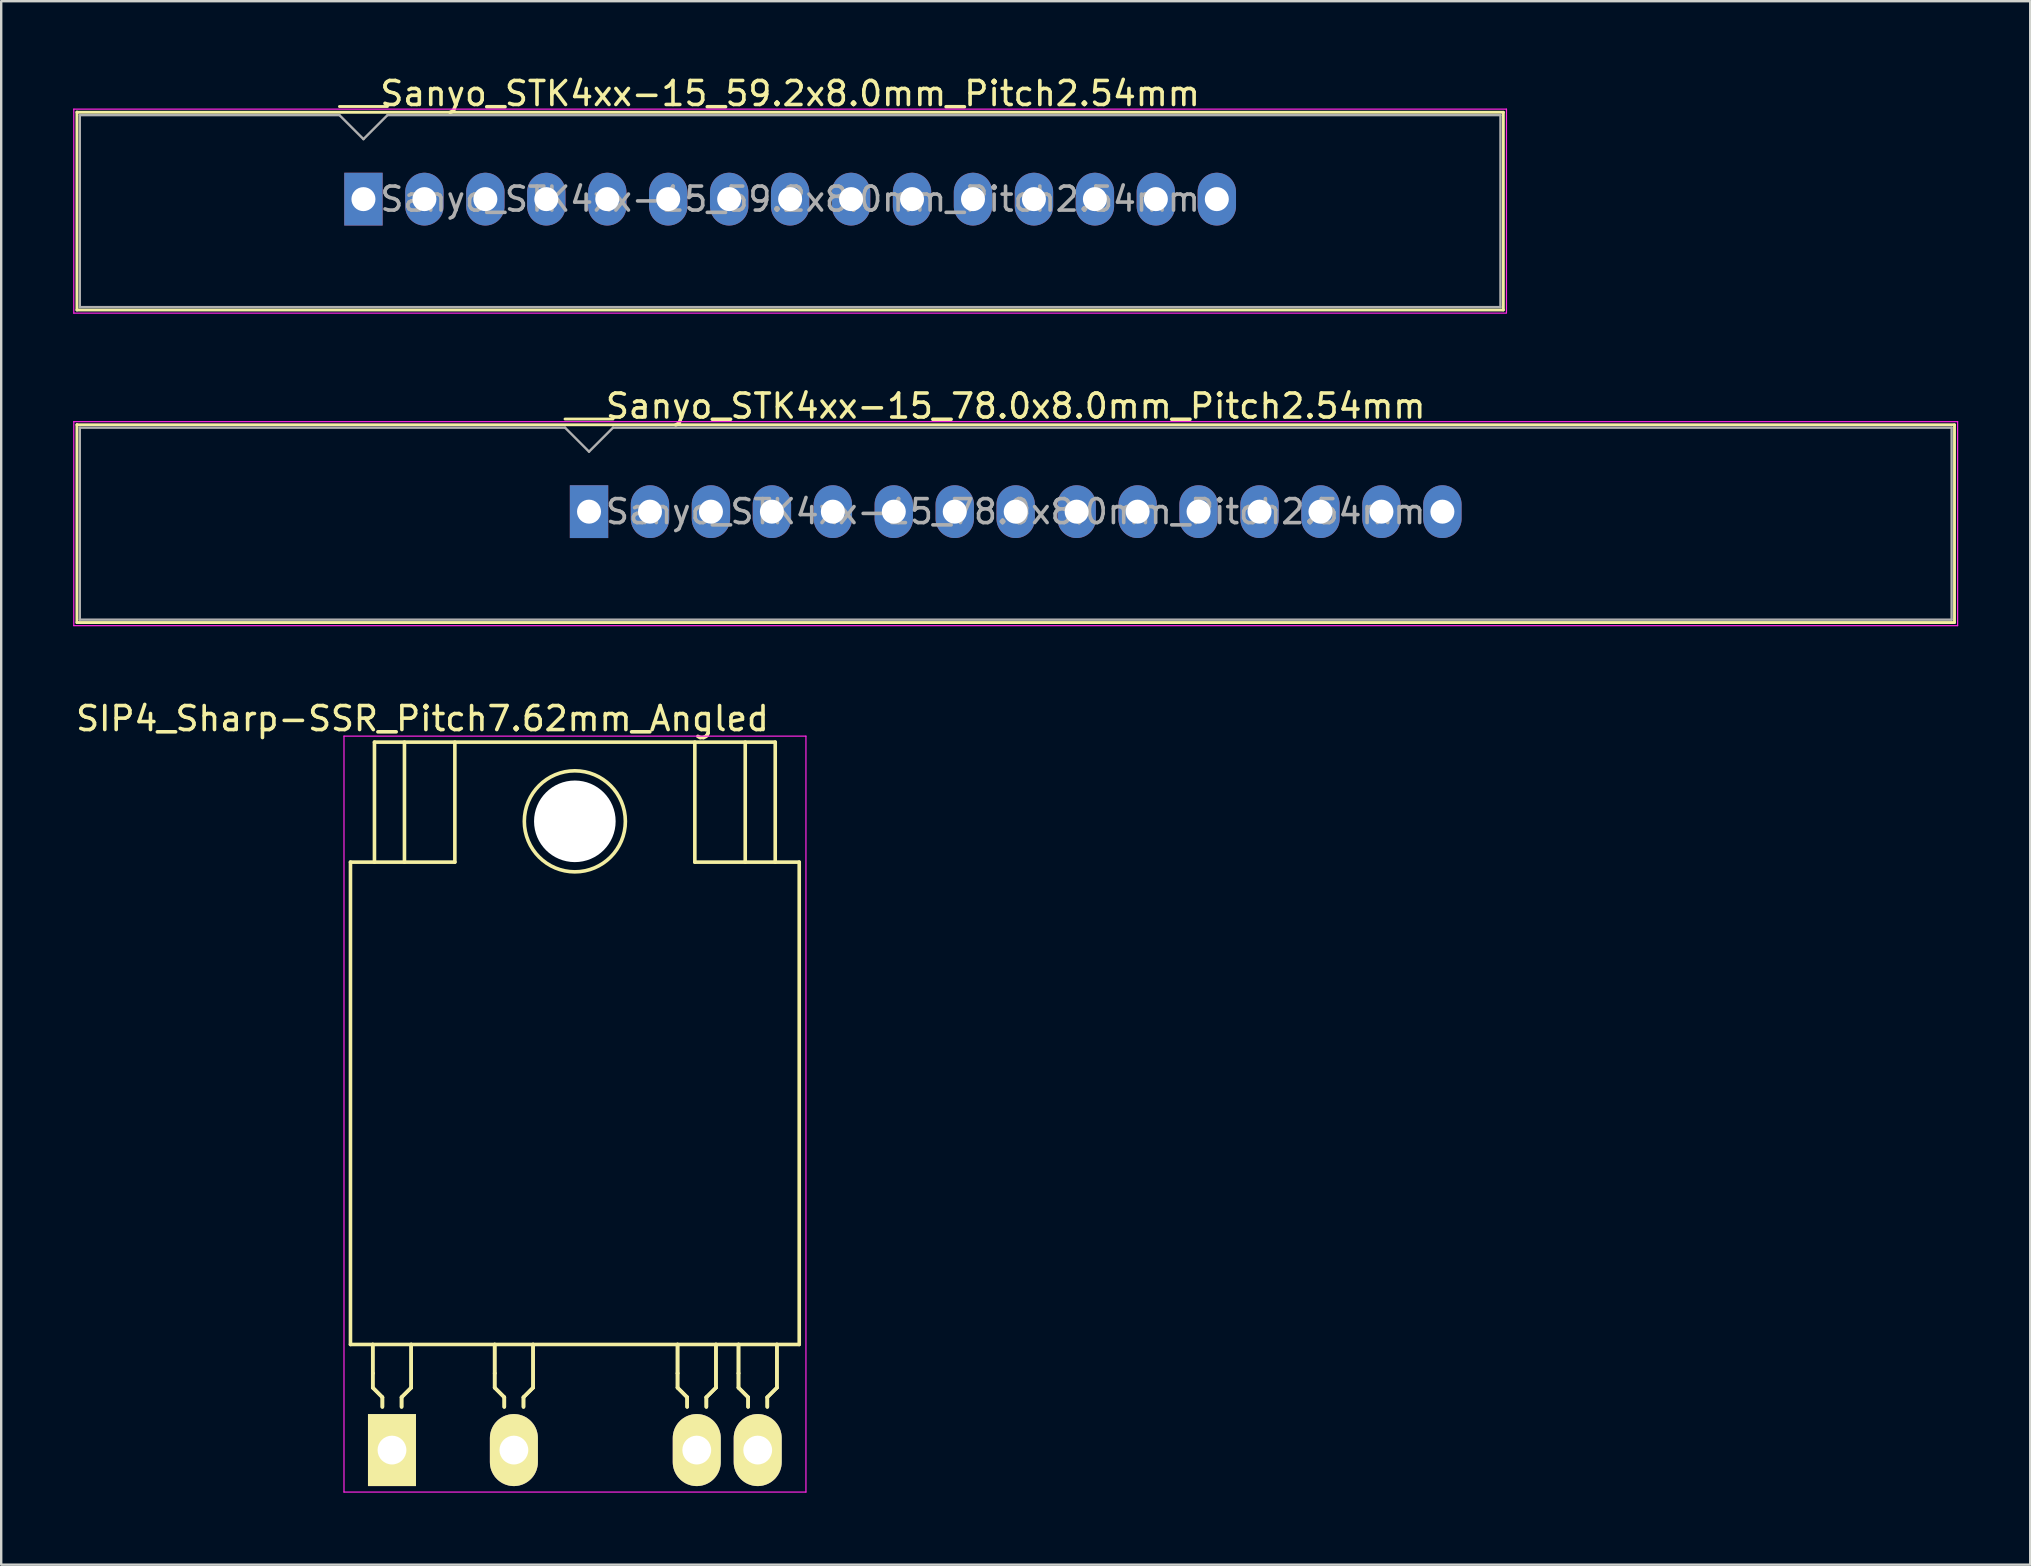
<source format=kicad_pcb>
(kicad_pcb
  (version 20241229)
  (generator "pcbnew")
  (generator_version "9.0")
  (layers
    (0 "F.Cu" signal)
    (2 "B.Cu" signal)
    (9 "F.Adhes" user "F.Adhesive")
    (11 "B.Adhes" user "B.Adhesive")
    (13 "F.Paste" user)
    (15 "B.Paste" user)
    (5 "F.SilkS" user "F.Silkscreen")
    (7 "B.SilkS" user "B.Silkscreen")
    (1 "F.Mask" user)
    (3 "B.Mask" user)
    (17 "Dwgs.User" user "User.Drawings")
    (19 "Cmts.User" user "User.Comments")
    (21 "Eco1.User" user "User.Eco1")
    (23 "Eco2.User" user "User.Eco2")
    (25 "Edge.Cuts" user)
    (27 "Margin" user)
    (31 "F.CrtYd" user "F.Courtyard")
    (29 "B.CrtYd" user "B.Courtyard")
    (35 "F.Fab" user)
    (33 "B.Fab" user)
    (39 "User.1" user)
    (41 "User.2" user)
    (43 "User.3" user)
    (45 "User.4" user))
  (footprint "Sanyo_STK4xx-15_59.2x8.0mm_Pitch2.54mm"
    (layer "F.Cu")
    (at 12.095 5.248)
    (property "Reference" "Sanyo_STK4xx-15_59.2x8.0mm_Pitch2.54mm" (at 17.78 -4.4 0) (layer "F.SilkS") (effects (font (size 1 1) (thickness 0.15))))
    (attr through_hole)
    (fp_line (start -11.94 -3.62) (end 47.5 -3.62) (stroke (width 0.12) (type solid)) (layer "F.SilkS"))
    (fp_line (start -11.94 4.62) (end -11.94 -3.63) (stroke (width 0.12) (type solid)) (layer "F.SilkS"))
    (fp_line (start 1 -3.86) (end -1 -3.86) (stroke (width 0.12) (type solid)) (layer "F.SilkS"))
    (fp_line (start 47.5 -3.62) (end 47.5 4.62) (stroke (width 0.12) (type solid)) (layer "F.SilkS"))
    (fp_line (start 47.5 4.62) (end -11.94 4.62) (stroke (width 0.12) (type solid)) (layer "F.SilkS"))
    (fp_line (start -12.07 -3.75) (end 47.63 -3.75) (stroke (width 0.05) (type solid)) (layer "F.CrtYd"))
    (fp_line (start -12.07 4.75) (end -12.07 -3.75) (stroke (width 0.05) (type solid)) (layer "F.CrtYd"))
    (fp_line (start 47.6 4.75) (end -12.07 4.75) (stroke (width 0.05) (type solid)) (layer "F.CrtYd"))
    (fp_line (start 47.63 -3.75) (end 47.63 4.75) (stroke (width 0.05) (type solid)) (layer "F.CrtYd"))
    (fp_line (start -11.82 -3.5) (end -1 -3.5) (stroke (width 0.1) (type solid)) (layer "F.Fab"))
    (fp_line (start -11.82 4.5) (end -11.82 -3.5) (stroke (width 0.1) (type solid)) (layer "F.Fab"))
    (fp_line (start -1 -3.5) (end 0 -2.5) (stroke (width 0.1) (type solid)) (layer "F.Fab"))
    (fp_line (start 0 -2.5) (end 1 -3.5) (stroke (width 0.1) (type solid)) (layer "F.Fab"))
    (fp_line (start 1 -3.5) (end 47.38 -3.5) (stroke (width 0.1) (type solid)) (layer "F.Fab"))
    (fp_line (start 47.38 -3.5) (end 47.38 4.5) (stroke (width 0.1) (type solid)) (layer "F.Fab"))
    (fp_line (start 47.38 4.5) (end -11.82 4.5) (stroke (width 0.1) (type solid)) (layer "F.Fab"))
    (fp_text user "${REFERENCE}" (at 17.78 0 0) (layer "F.Fab") (effects (font (size 1 1) (thickness 0.15))))
    (pad "1" thru_hole rect (at 0 0) (size 1.6 2.2) (drill 1) (layers "*.Cu" "*.Mask"))
    (pad "2" thru_hole oval (at 2.54 0) (size 1.6 2.2) (drill 1) (layers "*.Cu" "*.Mask"))
    (pad "3" thru_hole oval (at 5.08 0) (size 1.6 2.2) (drill 1) (layers "*.Cu" "*.Mask"))
    (pad "4" thru_hole oval (at 7.62 0) (size 1.6 2.2) (drill 1) (layers "*.Cu" "*.Mask"))
    (pad "5" thru_hole oval (at 10.16 0) (size 1.6 2.2) (drill 1) (layers "*.Cu" "*.Mask"))
    (pad "6" thru_hole oval (at 12.7 0) (size 1.6 2.2) (drill 1) (layers "*.Cu" "*.Mask"))
    (pad "7" thru_hole oval (at 15.24 0) (size 1.6 2.2) (drill 1) (layers "*.Cu" "*.Mask"))
    (pad "8" thru_hole oval (at 17.78 0) (size 1.6 2.2) (drill 1) (layers "*.Cu" "*.Mask"))
    (pad "9" thru_hole oval (at 20.32 0) (size 1.6 2.2) (drill 1) (layers "*.Cu" "*.Mask"))
    (pad "10" thru_hole oval (at 22.86 0) (size 1.6 2.2) (drill 1) (layers "*.Cu" "*.Mask"))
    (pad "11" thru_hole oval (at 25.4 0) (size 1.6 2.2) (drill 1) (layers "*.Cu" "*.Mask"))
    (pad "12" thru_hole oval (at 27.94 0) (size 1.6 2.2) (drill 1) (layers "*.Cu" "*.Mask"))
    (pad "13" thru_hole oval (at 30.48 0) (size 1.6 2.2) (drill 1) (layers "*.Cu" "*.Mask"))
    (pad "14" thru_hole oval (at 33.02 0) (size 1.6 2.2) (drill 1) (layers "*.Cu" "*.Mask"))
    (pad "15" thru_hole oval (at 35.56 0) (size 1.6 2.2) (drill 1) (layers "*.Cu" "*.Mask")))
  (footprint "Sanyo_STK4xx-15_78.0x8.0mm_Pitch2.54mm"
    (layer "F.Cu")
    (at 21.495 18.271)
    (property "Reference" "Sanyo_STK4xx-15_78.0x8.0mm_Pitch2.54mm" (at 17.78 -4.4 0) (layer "F.SilkS") (effects (font (size 1 1) (thickness 0.15))))
    (attr through_hole)
    (fp_line (start -21.34 -3.62) (end 56.9 -3.62) (stroke (width 0.12) (type solid)) (layer "F.SilkS"))
    (fp_line (start -21.34 4.62) (end -21.34 -3.63) (stroke (width 0.12) (type solid)) (layer "F.SilkS"))
    (fp_line (start -1 -3.86) (end 1 -3.86) (stroke (width 0.12) (type solid)) (layer "F.SilkS"))
    (fp_line (start 56.9 -3.62) (end 56.9 4.62) (stroke (width 0.12) (type solid)) (layer "F.SilkS"))
    (fp_line (start 56.9 4.62) (end -21.34 4.62) (stroke (width 0.12) (type solid)) (layer "F.SilkS"))
    (fp_line (start -21.47 -3.75) (end 57.03 -3.75) (stroke (width 0.05) (type solid)) (layer "F.CrtYd"))
    (fp_line (start -21.47 4.75) (end -21.47 -3.75) (stroke (width 0.05) (type solid)) (layer "F.CrtYd"))
    (fp_line (start 57.03 -3.75) (end 57.03 4.75) (stroke (width 0.05) (type solid)) (layer "F.CrtYd"))
    (fp_line (start 57.03 4.75) (end -21.47 4.75) (stroke (width 0.05) (type solid)) (layer "F.CrtYd"))
    (fp_line (start -21.22 -3.5) (end -1 -3.5) (stroke (width 0.1) (type solid)) (layer "F.Fab"))
    (fp_line (start -21.22 4.5) (end -21.22 -3.5) (stroke (width 0.1) (type solid)) (layer "F.Fab"))
    (fp_line (start -1 -3.5) (end 0 -2.5) (stroke (width 0.1) (type solid)) (layer "F.Fab"))
    (fp_line (start 0 -2.5) (end 1 -3.5) (stroke (width 0.1) (type solid)) (layer "F.Fab"))
    (fp_line (start 1 -3.5) (end 56.78 -3.5) (stroke (width 0.1) (type solid)) (layer "F.Fab"))
    (fp_line (start 56.78 -3.5) (end 56.78 4.5) (stroke (width 0.1) (type solid)) (layer "F.Fab"))
    (fp_line (start 56.78 4.5) (end -21.22 4.5) (stroke (width 0.1) (type solid)) (layer "F.Fab"))
    (fp_text user "${REFERENCE}" (at 17.78 0 0) (layer "F.Fab") (effects (font (size 1 1) (thickness 0.15))))
    (pad "1" thru_hole rect (at 0 0) (size 1.6 2.2) (drill 1) (layers "*.Cu" "*.Mask"))
    (pad "2" thru_hole oval (at 2.54 0) (size 1.6 2.2) (drill 1) (layers "*.Cu" "*.Mask"))
    (pad "3" thru_hole oval (at 5.08 0) (size 1.6 2.2) (drill 1) (layers "*.Cu" "*.Mask"))
    (pad "4" thru_hole oval (at 7.62 0) (size 1.6 2.2) (drill 1) (layers "*.Cu" "*.Mask"))
    (pad "5" thru_hole oval (at 10.16 0) (size 1.6 2.2) (drill 1) (layers "*.Cu" "*.Mask"))
    (pad "6" thru_hole oval (at 12.7 0) (size 1.6 2.2) (drill 1) (layers "*.Cu" "*.Mask"))
    (pad "7" thru_hole oval (at 15.24 0) (size 1.6 2.2) (drill 1) (layers "*.Cu" "*.Mask"))
    (pad "8" thru_hole oval (at 17.78 0) (size 1.6 2.2) (drill 1) (layers "*.Cu" "*.Mask"))
    (pad "9" thru_hole oval (at 20.32 0) (size 1.6 2.2) (drill 1) (layers "*.Cu" "*.Mask"))
    (pad "10" thru_hole oval (at 22.86 0) (size 1.6 2.2) (drill 1) (layers "*.Cu" "*.Mask"))
    (pad "11" thru_hole oval (at 25.4 0) (size 1.6 2.2) (drill 1) (layers "*.Cu" "*.Mask"))
    (pad "12" thru_hole oval (at 27.94 0) (size 1.6 2.2) (drill 1) (layers "*.Cu" "*.Mask"))
    (pad "13" thru_hole oval (at 30.48 0) (size 1.6 2.2) (drill 1) (layers "*.Cu" "*.Mask"))
    (pad "14" thru_hole oval (at 33.02 0) (size 1.6 2.2) (drill 1) (layers "*.Cu" "*.Mask"))
    (pad "15" thru_hole oval (at 35.56 0) (size 1.6 2.2) (drill 1) (layers "*.Cu" "*.Mask")))
  (footprint "SIP4_Sharp-SSR_Pitch7.62mm_Angled"
    (layer "F.Cu")
    (at 13.284 57.375)
    (property "Reference" "SIP4_Sharp-SSR_Pitch7.62mm_Angled" (at 1.27 -30.48 0) (layer "F.SilkS") (effects (font (size 1 1) (thickness 0.15))))
    (attr through_hole)
    (fp_line (start -1.73 -24.5) (end 2.62 -24.5) (stroke (width 0.15) (type solid)) (layer "F.SilkS"))
    (fp_line (start -1.73 -4.4) (end -1.73 -24.5) (stroke (width 0.15) (type solid)) (layer "F.SilkS"))
    (fp_line (start -0.8 -3.2) (end -0.8 -4.4) (stroke (width 0.15) (type solid)) (layer "F.SilkS"))
    (fp_line (start -0.8 -3.2) (end -0.8 -4.4) (stroke (width 0.15) (type solid)) (layer "F.SilkS"))
    (fp_line (start -0.8 -2.6) (end -0.8 -3.2) (stroke (width 0.15) (type solid)) (layer "F.SilkS"))
    (fp_line (start -0.8 -2.6) (end -0.8 -3.2) (stroke (width 0.15) (type solid)) (layer "F.SilkS"))
    (fp_line (start -0.73 -29.5) (end 15.97 -29.5) (stroke (width 0.15) (type solid)) (layer "F.SilkS"))
    (fp_line (start -0.73 -24.5) (end -0.73 -29.5) (stroke (width 0.15) (type solid)) (layer "F.SilkS"))
    (fp_line (start -0.4 -2.2) (end -0.8 -2.6) (stroke (width 0.15) (type solid)) (layer "F.SilkS"))
    (fp_line (start -0.4 -2.2) (end -0.8 -2.6) (stroke (width 0.15) (type solid)) (layer "F.SilkS"))
    (fp_line (start -0.4 -2.2) (end -0.4 -1.8) (stroke (width 0.15) (type solid)) (layer "F.SilkS"))
    (fp_line (start -0.4 -2.2) (end -0.4 -1.8) (stroke (width 0.15) (type solid)) (layer "F.SilkS"))
    (fp_line (start 0.4 -2.2) (end 0.8 -2.6) (stroke (width 0.15) (type solid)) (layer "F.SilkS"))
    (fp_line (start 0.4 -2.2) (end 0.8 -2.6) (stroke (width 0.15) (type solid)) (layer "F.SilkS"))
    (fp_line (start 0.4 -1.8) (end 0.4 -2.2) (stroke (width 0.15) (type solid)) (layer "F.SilkS"))
    (fp_line (start 0.4 -1.8) (end 0.4 -2.2) (stroke (width 0.15) (type solid)) (layer "F.SilkS"))
    (fp_line (start 0.52 -24.5) (end 0.52 -29.5) (stroke (width 0.15) (type solid)) (layer "F.SilkS"))
    (fp_line (start 0.8 -2.6) (end 0.8 -4.4) (stroke (width 0.15) (type solid)) (layer "F.SilkS"))
    (fp_line (start 0.8 -2.6) (end 0.8 -4.4) (stroke (width 0.15) (type solid)) (layer "F.SilkS"))
    (fp_line (start 2.62 -29.5) (end 2.62 -24.5) (stroke (width 0.15) (type solid)) (layer "F.SilkS"))
    (fp_line (start 4.28 -3.2) (end 4.28 -4.4) (stroke (width 0.15) (type solid)) (layer "F.SilkS"))
    (fp_line (start 4.28 -3.2) (end 4.28 -4.4) (stroke (width 0.15) (type solid)) (layer "F.SilkS"))
    (fp_line (start 4.28 -2.6) (end 4.28 -3.2) (stroke (width 0.15) (type solid)) (layer "F.SilkS"))
    (fp_line (start 4.28 -2.6) (end 4.28 -3.2) (stroke (width 0.15) (type solid)) (layer "F.SilkS"))
    (fp_line (start 4.68 -2.2) (end 4.28 -2.6) (stroke (width 0.15) (type solid)) (layer "F.SilkS"))
    (fp_line (start 4.68 -2.2) (end 4.28 -2.6) (stroke (width 0.15) (type solid)) (layer "F.SilkS"))
    (fp_line (start 4.68 -2.2) (end 4.68 -1.8) (stroke (width 0.15) (type solid)) (layer "F.SilkS"))
    (fp_line (start 4.68 -2.2) (end 4.68 -1.8) (stroke (width 0.15) (type solid)) (layer "F.SilkS"))
    (fp_line (start 5.48 -2.2) (end 5.88 -2.6) (stroke (width 0.15) (type solid)) (layer "F.SilkS"))
    (fp_line (start 5.48 -2.2) (end 5.88 -2.6) (stroke (width 0.15) (type solid)) (layer "F.SilkS"))
    (fp_line (start 5.48 -1.8) (end 5.48 -2.2) (stroke (width 0.15) (type solid)) (layer "F.SilkS"))
    (fp_line (start 5.48 -1.8) (end 5.48 -2.2) (stroke (width 0.15) (type solid)) (layer "F.SilkS"))
    (fp_line (start 5.88 -2.6) (end 5.88 -4.4) (stroke (width 0.15) (type solid)) (layer "F.SilkS"))
    (fp_line (start 5.88 -2.6) (end 5.88 -4.4) (stroke (width 0.15) (type solid)) (layer "F.SilkS"))
    (fp_line (start 11.9 -3.2) (end 11.9 -4.4) (stroke (width 0.15) (type solid)) (layer "F.SilkS"))
    (fp_line (start 11.9 -3.2) (end 11.9 -4.4) (stroke (width 0.15) (type solid)) (layer "F.SilkS"))
    (fp_line (start 11.9 -2.6) (end 11.9 -3.2) (stroke (width 0.15) (type solid)) (layer "F.SilkS"))
    (fp_line (start 11.9 -2.6) (end 11.9 -3.2) (stroke (width 0.15) (type solid)) (layer "F.SilkS"))
    (fp_line (start 12.3 -2.2) (end 11.9 -2.6) (stroke (width 0.15) (type solid)) (layer "F.SilkS"))
    (fp_line (start 12.3 -2.2) (end 11.9 -2.6) (stroke (width 0.15) (type solid)) (layer "F.SilkS"))
    (fp_line (start 12.3 -2.2) (end 12.3 -1.8) (stroke (width 0.15) (type solid)) (layer "F.SilkS"))
    (fp_line (start 12.3 -2.2) (end 12.3 -1.8) (stroke (width 0.15) (type solid)) (layer "F.SilkS"))
    (fp_line (start 12.62 -29.5) (end 12.62 -24.5) (stroke (width 0.15) (type solid)) (layer "F.SilkS"))
    (fp_line (start 12.62 -24.5) (end 16.97 -24.5) (stroke (width 0.15) (type solid)) (layer "F.SilkS"))
    (fp_line (start 13.1 -2.2) (end 13.5 -2.6) (stroke (width 0.15) (type solid)) (layer "F.SilkS"))
    (fp_line (start 13.1 -2.2) (end 13.5 -2.6) (stroke (width 0.15) (type solid)) (layer "F.SilkS"))
    (fp_line (start 13.1 -1.8) (end 13.1 -2.2) (stroke (width 0.15) (type solid)) (layer "F.SilkS"))
    (fp_line (start 13.1 -1.8) (end 13.1 -2.2) (stroke (width 0.15) (type solid)) (layer "F.SilkS"))
    (fp_line (start 13.5 -2.6) (end 13.5 -4.4) (stroke (width 0.15) (type solid)) (layer "F.SilkS"))
    (fp_line (start 13.5 -2.6) (end 13.5 -4.4) (stroke (width 0.15) (type solid)) (layer "F.SilkS"))
    (fp_line (start 14.44 -3.2) (end 14.44 -4.4) (stroke (width 0.15) (type solid)) (layer "F.SilkS"))
    (fp_line (start 14.44 -3.2) (end 14.44 -4.4) (stroke (width 0.15) (type solid)) (layer "F.SilkS"))
    (fp_line (start 14.44 -2.6) (end 14.44 -3.2) (stroke (width 0.15) (type solid)) (layer "F.SilkS"))
    (fp_line (start 14.44 -2.6) (end 14.44 -3.2) (stroke (width 0.15) (type solid)) (layer "F.SilkS"))
    (fp_line (start 14.72 -24.5) (end 14.72 -29.5) (stroke (width 0.15) (type solid)) (layer "F.SilkS"))
    (fp_line (start 14.84 -2.2) (end 14.44 -2.6) (stroke (width 0.15) (type solid)) (layer "F.SilkS"))
    (fp_line (start 14.84 -2.2) (end 14.44 -2.6) (stroke (width 0.15) (type solid)) (layer "F.SilkS"))
    (fp_line (start 14.84 -2.2) (end 14.84 -1.8) (stroke (width 0.15) (type solid)) (layer "F.SilkS"))
    (fp_line (start 14.84 -2.2) (end 14.84 -1.8) (stroke (width 0.15) (type solid)) (layer "F.SilkS"))
    (fp_line (start 15.64 -2.2) (end 16.04 -2.6) (stroke (width 0.15) (type solid)) (layer "F.SilkS"))
    (fp_line (start 15.64 -2.2) (end 16.04 -2.6) (stroke (width 0.15) (type solid)) (layer "F.SilkS"))
    (fp_line (start 15.64 -1.8) (end 15.64 -2.2) (stroke (width 0.15) (type solid)) (layer "F.SilkS"))
    (fp_line (start 15.64 -1.8) (end 15.64 -2.2) (stroke (width 0.15) (type solid)) (layer "F.SilkS"))
    (fp_line (start 15.97 -24.5) (end 15.97 -29.5) (stroke (width 0.15) (type solid)) (layer "F.SilkS"))
    (fp_line (start 16.04 -2.6) (end 16.04 -4.4) (stroke (width 0.15) (type solid)) (layer "F.SilkS"))
    (fp_line (start 16.04 -2.6) (end 16.04 -4.4) (stroke (width 0.15) (type solid)) (layer "F.SilkS"))
    (fp_line (start 16.97 -24.5) (end 16.97 -4.4) (stroke (width 0.15) (type solid)) (layer "F.SilkS"))
    (fp_line (start 16.97 -4.4) (end -1.73 -4.4) (stroke (width 0.15) (type solid)) (layer "F.SilkS"))
    (fp_circle (center 7.62 -26.2) (end 9.35 -27.4) (stroke (width 0.15) (type solid)) (fill no) (layer "F.SilkS"))
    (fp_line (start -2 -29.75) (end 17.25 -29.75) (stroke (width 0.05) (type solid)) (layer "F.CrtYd"))
    (fp_line (start -2 1.75) (end -2 -29.75) (stroke (width 0.05) (type solid)) (layer "F.CrtYd"))
    (fp_line (start 17.25 -29.75) (end 17.25 1.75) (stroke (width 0.05) (type solid)) (layer "F.CrtYd"))
    (fp_line (start 17.25 1.75) (end -2 1.75) (stroke (width 0.05) (type solid)) (layer "F.CrtYd"))
    (pad "" np_thru_hole circle (at 7.62 -26.2) (size 3.4 3.4) (drill 3.4) (layers "*.Cu" "*.Mask"))
    (pad "1" thru_hole rect (at 0 0) (size 2 3) (drill 1.2) (layers "*.Cu" "*.Mask" "F.SilkS"))
    (pad "2" thru_hole oval (at 5.08 0) (size 2 3) (drill 1.2) (layers "*.Cu" "*.Mask" "F.SilkS"))
    (pad "3" thru_hole oval (at 12.7 0) (size 2 3) (drill 1.2) (layers "*.Cu" "*.Mask" "F.SilkS"))
    (pad "4" thru_hole oval (at 15.24 0) (size 2 3) (drill 1.2) (layers "*.Cu" "*.Mask" "F.SilkS")))
  (gr_rect
    (start -3 -3)
    (end 81.55 62.15)
    (stroke (width 0.1) (type default))
    (fill no)
    (layer "Edge.Cuts")))
</source>
